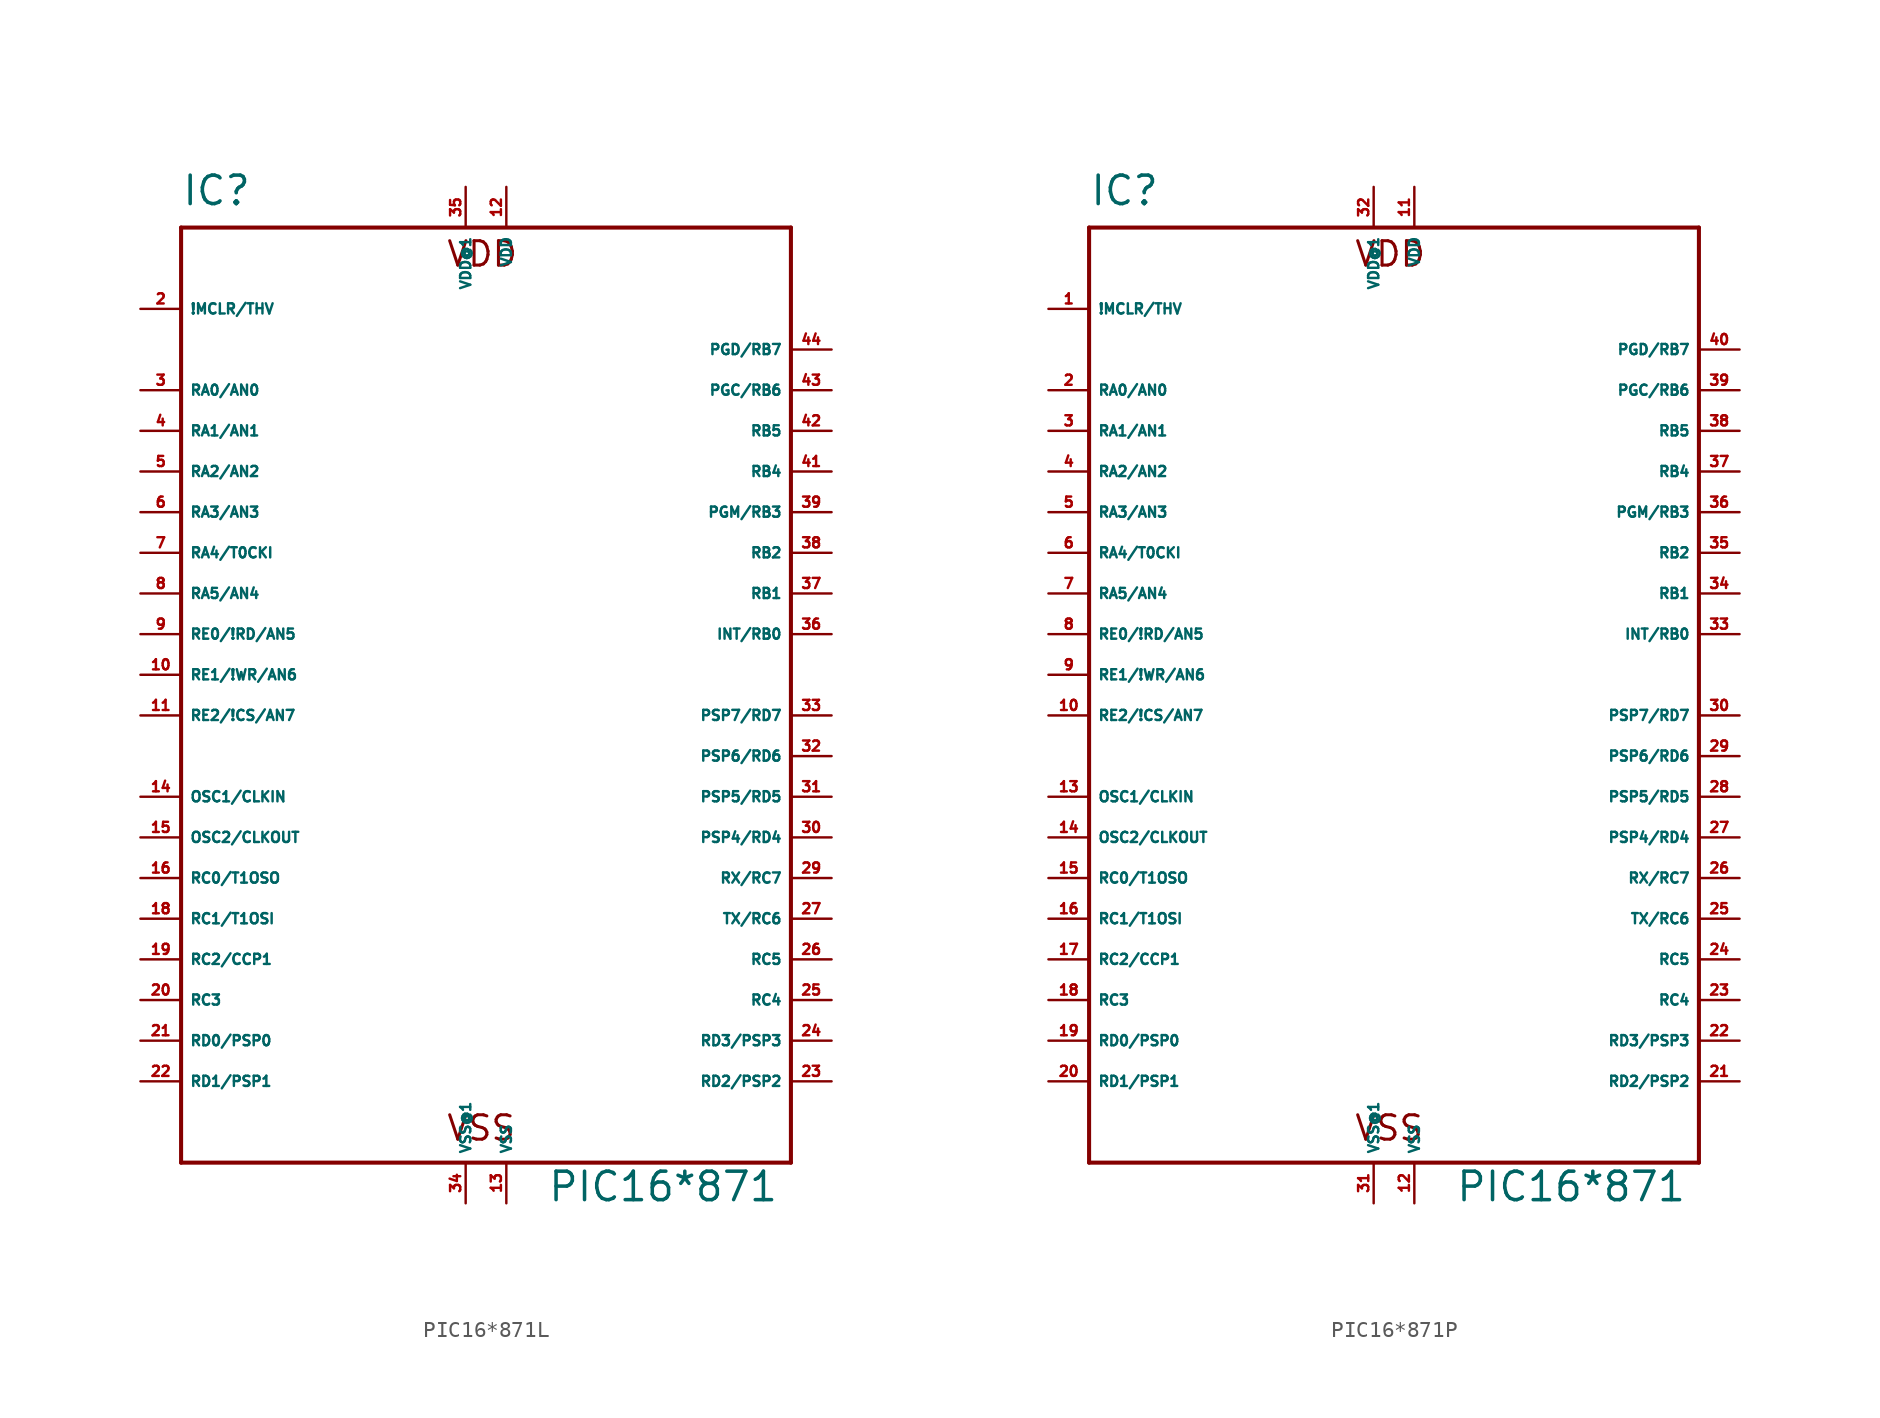
<source format=kicad_sym>
(kicad_symbol_lib
  (version 20220914)
  (generator Eagle2Kicad)
  (symbol "PIC16*871L"
    (property "Reference" "IC"
      (at -20.32 29.21 0)
      (effects (font (size 1.778 1.778) (thickness 0.22)) (justify left bottom)))
    (property "Value" "PIC16*871"
      (at 2.54 -33.02 0)
      (effects (font (size 1.778 1.778) (thickness 0.22)) (justify left bottom)))
    (polyline
      (pts (xy -20.32 27.94) (xy 17.78 27.94))
      (stroke (width 0.254) (type default))
      (fill (type none)))
    (polyline
      (pts (xy 17.78 27.94) (xy 17.78 -30.48))
      (stroke (width 0.254) (type default))
      (fill (type none)))
    (polyline
      (pts (xy 17.78 -30.48) (xy -20.32 -30.48))
      (stroke (width 0.254) (type default))
      (fill (type none)))
    (polyline
      (pts (xy -20.32 -30.48) (xy -20.32 27.94))
      (stroke (width 0.254) (type default))
      (fill (type none)))
    (text "VDD"
      (at -3.81 25.4 0)
      (effects (font (size 1.524 1.524) (thickness 0.19)) (justify left bottom)))
    (text "VSS"
      (at -3.81 -29.21 0)
      (effects (font (size 1.524 1.524) (thickness 0.19)) (justify left bottom)))
    (pin input line
      (at -22.86 22.86 0)
      (length 2.54)
      (name "!MCLR/THV" (effects (font (size 0.635 0.635) (thickness 0.08)) (justify left bottom)))
      (number "2" (effects (font (size 0.635 0.635) (thickness 0.08)) (justify left bottom))))
    (pin bidirectional line
      (at -22.86 17.78 0)
      (length 2.54)
      (name "RA0/AN0" (effects (font (size 0.635 0.635) (thickness 0.08)) (justify left bottom)))
      (number "3" (effects (font (size 0.635 0.635) (thickness 0.08)) (justify left bottom))))
    (pin bidirectional line
      (at -22.86 15.24 0)
      (length 2.54)
      (name "RA1/AN1" (effects (font (size 0.635 0.635) (thickness 0.08)) (justify left bottom)))
      (number "4" (effects (font (size 0.635 0.635) (thickness 0.08)) (justify left bottom))))
    (pin bidirectional line
      (at -22.86 12.7 0)
      (length 2.54)
      (name "RA2/AN2" (effects (font (size 0.635 0.635) (thickness 0.08)) (justify left bottom)))
      (number "5" (effects (font (size 0.635 0.635) (thickness 0.08)) (justify left bottom))))
    (pin bidirectional line
      (at -22.86 10.16 0)
      (length 2.54)
      (name "RA3/AN3" (effects (font (size 0.635 0.635) (thickness 0.08)) (justify left bottom)))
      (number "6" (effects (font (size 0.635 0.635) (thickness 0.08)) (justify left bottom))))
    (pin bidirectional line
      (at -22.86 7.62 0)
      (length 2.54)
      (name "RA4/T0CKI" (effects (font (size 0.635 0.635) (thickness 0.08)) (justify left bottom)))
      (number "7" (effects (font (size 0.635 0.635) (thickness 0.08)) (justify left bottom))))
    (pin bidirectional line
      (at -22.86 5.08 0)
      (length 2.54)
      (name "RA5/AN4" (effects (font (size 0.635 0.635) (thickness 0.08)) (justify left bottom)))
      (number "8" (effects (font (size 0.635 0.635) (thickness 0.08)) (justify left bottom))))
    (pin bidirectional line
      (at -22.86 2.54 0)
      (length 2.54)
      (name "RE0/!RD/AN5" (effects (font (size 0.635 0.635) (thickness 0.08)) (justify left bottom)))
      (number "9" (effects (font (size 0.635 0.635) (thickness 0.08)) (justify left bottom))))
    (pin bidirectional line
      (at -22.86 0 0)
      (length 2.54)
      (name "RE1/!WR/AN6" (effects (font (size 0.635 0.635) (thickness 0.08)) (justify left bottom)))
      (number "10" (effects (font (size 0.635 0.635) (thickness 0.08)) (justify left bottom))))
    (pin bidirectional line
      (at -22.86 -2.54 0)
      (length 2.54)
      (name "RE2/!CS/AN7" (effects (font (size 0.635 0.635) (thickness 0.08)) (justify left bottom)))
      (number "11" (effects (font (size 0.635 0.635) (thickness 0.08)) (justify left bottom))))
    (pin input line
      (at -22.86 -7.62 0)
      (length 2.54)
      (name "OSC1/CLKIN" (effects (font (size 0.635 0.635) (thickness 0.08)) (justify left bottom)))
      (number "14" (effects (font (size 0.635 0.635) (thickness 0.08)) (justify left bottom))))
    (pin output line
      (at -22.86 -10.16 0)
      (length 2.54)
      (name "OSC2/CLKOUT" (effects (font (size 0.635 0.635) (thickness 0.08)) (justify left bottom)))
      (number "15" (effects (font (size 0.635 0.635) (thickness 0.08)) (justify left bottom))))
    (pin bidirectional line
      (at -22.86 -12.7 0)
      (length 2.54)
      (name "RC0/T1OSO" (effects (font (size 0.635 0.635) (thickness 0.08)) (justify left bottom)))
      (number "16" (effects (font (size 0.635 0.635) (thickness 0.08)) (justify left bottom))))
    (pin bidirectional line
      (at -22.86 -15.24 0)
      (length 2.54)
      (name "RC1/T1OSI" (effects (font (size 0.635 0.635) (thickness 0.08)) (justify left bottom)))
      (number "18" (effects (font (size 0.635 0.635) (thickness 0.08)) (justify left bottom))))
    (pin bidirectional line
      (at -22.86 -17.78 0)
      (length 2.54)
      (name "RC2/CCP1" (effects (font (size 0.635 0.635) (thickness 0.08)) (justify left bottom)))
      (number "19" (effects (font (size 0.635 0.635) (thickness 0.08)) (justify left bottom))))
    (pin bidirectional line
      (at -22.86 -20.32 0)
      (length 2.54)
      (name "RC3" (effects (font (size 0.635 0.635) (thickness 0.08)) (justify left bottom)))
      (number "20" (effects (font (size 0.635 0.635) (thickness 0.08)) (justify left bottom))))
    (pin bidirectional line
      (at -22.86 -22.86 0)
      (length 2.54)
      (name "RD0/PSP0" (effects (font (size 0.635 0.635) (thickness 0.08)) (justify left bottom)))
      (number "21" (effects (font (size 0.635 0.635) (thickness 0.08)) (justify left bottom))))
    (pin bidirectional line
      (at -22.86 -25.4 0)
      (length 2.54)
      (name "RD1/PSP1" (effects (font (size 0.635 0.635) (thickness 0.08)) (justify left bottom)))
      (number "22" (effects (font (size 0.635 0.635) (thickness 0.08)) (justify left bottom))))
    (pin bidirectional line
      (at 20.32 -25.4 180)
      (length 2.54)
      (name "RD2/PSP2" (effects (font (size 0.635 0.635) (thickness 0.08)) (justify left bottom)))
      (number "23" (effects (font (size 0.635 0.635) (thickness 0.08)) (justify left bottom))))
    (pin bidirectional line
      (at 20.32 -22.86 180)
      (length 2.54)
      (name "RD3/PSP3" (effects (font (size 0.635 0.635) (thickness 0.08)) (justify left bottom)))
      (number "24" (effects (font (size 0.635 0.635) (thickness 0.08)) (justify left bottom))))
    (pin bidirectional line
      (at 20.32 -20.32 180)
      (length 2.54)
      (name "RC4" (effects (font (size 0.635 0.635) (thickness 0.08)) (justify left bottom)))
      (number "25" (effects (font (size 0.635 0.635) (thickness 0.08)) (justify left bottom))))
    (pin bidirectional line
      (at 20.32 -17.78 180)
      (length 2.54)
      (name "RC5" (effects (font (size 0.635 0.635) (thickness 0.08)) (justify left bottom)))
      (number "26" (effects (font (size 0.635 0.635) (thickness 0.08)) (justify left bottom))))
    (pin bidirectional line
      (at 20.32 -15.24 180)
      (length 2.54)
      (name "TX/RC6" (effects (font (size 0.635 0.635) (thickness 0.08)) (justify left bottom)))
      (number "27" (effects (font (size 0.635 0.635) (thickness 0.08)) (justify left bottom))))
    (pin bidirectional line
      (at 20.32 -12.7 180)
      (length 2.54)
      (name "RX/RC7" (effects (font (size 0.635 0.635) (thickness 0.08)) (justify left bottom)))
      (number "29" (effects (font (size 0.635 0.635) (thickness 0.08)) (justify left bottom))))
    (pin bidirectional line
      (at 20.32 -10.16 180)
      (length 2.54)
      (name "PSP4/RD4" (effects (font (size 0.635 0.635) (thickness 0.08)) (justify left bottom)))
      (number "30" (effects (font (size 0.635 0.635) (thickness 0.08)) (justify left bottom))))
    (pin bidirectional line
      (at 20.32 -7.62 180)
      (length 2.54)
      (name "PSP5/RD5" (effects (font (size 0.635 0.635) (thickness 0.08)) (justify left bottom)))
      (number "31" (effects (font (size 0.635 0.635) (thickness 0.08)) (justify left bottom))))
    (pin bidirectional line
      (at 20.32 -5.08 180)
      (length 2.54)
      (name "PSP6/RD6" (effects (font (size 0.635 0.635) (thickness 0.08)) (justify left bottom)))
      (number "32" (effects (font (size 0.635 0.635) (thickness 0.08)) (justify left bottom))))
    (pin bidirectional line
      (at 20.32 -2.54 180)
      (length 2.54)
      (name "PSP7/RD7" (effects (font (size 0.635 0.635) (thickness 0.08)) (justify left bottom)))
      (number "33" (effects (font (size 0.635 0.635) (thickness 0.08)) (justify left bottom))))
    (pin unspecified line
      (at 0 -33.02 90)
      (length 2.54)
      (name "VSS" (effects (font (size 0.635 0.635) (thickness 0.08)) (justify left bottom)))
      (number "13" (effects (font (size 0.635 0.635) (thickness 0.08)) (justify left bottom))))
    (pin unspecified line
      (at 0 30.48 270)
      (length 2.54)
      (name "VDD" (effects (font (size 0.635 0.635) (thickness 0.08)) (justify left bottom)))
      (number "12" (effects (font (size 0.635 0.635) (thickness 0.08)) (justify left bottom))))
    (pin bidirectional line
      (at 20.32 2.54 180)
      (length 2.54)
      (name "INT/RB0" (effects (font (size 0.635 0.635) (thickness 0.08)) (justify left bottom)))
      (number "36" (effects (font (size 0.635 0.635) (thickness 0.08)) (justify left bottom))))
    (pin bidirectional line
      (at 20.32 5.08 180)
      (length 2.54)
      (name "RB1" (effects (font (size 0.635 0.635) (thickness 0.08)) (justify left bottom)))
      (number "37" (effects (font (size 0.635 0.635) (thickness 0.08)) (justify left bottom))))
    (pin bidirectional line
      (at 20.32 7.62 180)
      (length 2.54)
      (name "RB2" (effects (font (size 0.635 0.635) (thickness 0.08)) (justify left bottom)))
      (number "38" (effects (font (size 0.635 0.635) (thickness 0.08)) (justify left bottom))))
    (pin bidirectional line
      (at 20.32 10.16 180)
      (length 2.54)
      (name "PGM/RB3" (effects (font (size 0.635 0.635) (thickness 0.08)) (justify left bottom)))
      (number "39" (effects (font (size 0.635 0.635) (thickness 0.08)) (justify left bottom))))
    (pin bidirectional line
      (at 20.32 12.7 180)
      (length 2.54)
      (name "RB4" (effects (font (size 0.635 0.635) (thickness 0.08)) (justify left bottom)))
      (number "41" (effects (font (size 0.635 0.635) (thickness 0.08)) (justify left bottom))))
    (pin bidirectional line
      (at 20.32 15.24 180)
      (length 2.54)
      (name "RB5" (effects (font (size 0.635 0.635) (thickness 0.08)) (justify left bottom)))
      (number "42" (effects (font (size 0.635 0.635) (thickness 0.08)) (justify left bottom))))
    (pin bidirectional line
      (at 20.32 17.78 180)
      (length 2.54)
      (name "PGC/RB6" (effects (font (size 0.635 0.635) (thickness 0.08)) (justify left bottom)))
      (number "43" (effects (font (size 0.635 0.635) (thickness 0.08)) (justify left bottom))))
    (pin bidirectional line
      (at 20.32 20.32 180)
      (length 2.54)
      (name "PGD/RB7" (effects (font (size 0.635 0.635) (thickness 0.08)) (justify left bottom)))
      (number "44" (effects (font (size 0.635 0.635) (thickness 0.08)) (justify left bottom))))
    (pin unspecified line
      (at -2.54 30.48 270)
      (length 2.54)
      (name "VDD@1" (effects (font (size 0.635 0.635) (thickness 0.08)) (justify left bottom)))
      (number "35" (effects (font (size 0.635 0.635) (thickness 0.08)) (justify left bottom))))
    (pin unspecified line
      (at -2.54 -33.02 90)
      (length 2.54)
      (name "VSS@1" (effects (font (size 0.635 0.635) (thickness 0.08)) (justify left bottom)))
      (number "34" (effects (font (size 0.635 0.635) (thickness 0.08)) (justify left bottom)))))
  (symbol "PIC16*871P"
    (property "Reference" "IC"
      (at -20.32 29.21 0)
      (effects (font (size 1.778 1.778) (thickness 0.22)) (justify left bottom)))
    (property "Value" "PIC16*871"
      (at 2.54 -33.02 0)
      (effects (font (size 1.778 1.778) (thickness 0.22)) (justify left bottom)))
    (polyline
      (pts (xy -20.32 27.94) (xy 17.78 27.94))
      (stroke (width 0.254) (type default))
      (fill (type none)))
    (polyline
      (pts (xy 17.78 27.94) (xy 17.78 -30.48))
      (stroke (width 0.254) (type default))
      (fill (type none)))
    (polyline
      (pts (xy 17.78 -30.48) (xy -20.32 -30.48))
      (stroke (width 0.254) (type default))
      (fill (type none)))
    (polyline
      (pts (xy -20.32 -30.48) (xy -20.32 27.94))
      (stroke (width 0.254) (type default))
      (fill (type none)))
    (text "VDD"
      (at -3.81 25.4 0)
      (effects (font (size 1.524 1.524) (thickness 0.19)) (justify left bottom)))
    (text "VSS"
      (at -3.81 -29.21 0)
      (effects (font (size 1.524 1.524) (thickness 0.19)) (justify left bottom)))
    (pin input line
      (at -22.86 22.86 0)
      (length 2.54)
      (name "!MCLR/THV" (effects (font (size 0.635 0.635) (thickness 0.08)) (justify left bottom)))
      (number "1" (effects (font (size 0.635 0.635) (thickness 0.08)) (justify left bottom))))
    (pin bidirectional line
      (at -22.86 17.78 0)
      (length 2.54)
      (name "RA0/AN0" (effects (font (size 0.635 0.635) (thickness 0.08)) (justify left bottom)))
      (number "2" (effects (font (size 0.635 0.635) (thickness 0.08)) (justify left bottom))))
    (pin bidirectional line
      (at -22.86 15.24 0)
      (length 2.54)
      (name "RA1/AN1" (effects (font (size 0.635 0.635) (thickness 0.08)) (justify left bottom)))
      (number "3" (effects (font (size 0.635 0.635) (thickness 0.08)) (justify left bottom))))
    (pin bidirectional line
      (at -22.86 12.7 0)
      (length 2.54)
      (name "RA2/AN2" (effects (font (size 0.635 0.635) (thickness 0.08)) (justify left bottom)))
      (number "4" (effects (font (size 0.635 0.635) (thickness 0.08)) (justify left bottom))))
    (pin bidirectional line
      (at -22.86 10.16 0)
      (length 2.54)
      (name "RA3/AN3" (effects (font (size 0.635 0.635) (thickness 0.08)) (justify left bottom)))
      (number "5" (effects (font (size 0.635 0.635) (thickness 0.08)) (justify left bottom))))
    (pin bidirectional line
      (at -22.86 7.62 0)
      (length 2.54)
      (name "RA4/T0CKI" (effects (font (size 0.635 0.635) (thickness 0.08)) (justify left bottom)))
      (number "6" (effects (font (size 0.635 0.635) (thickness 0.08)) (justify left bottom))))
    (pin bidirectional line
      (at -22.86 5.08 0)
      (length 2.54)
      (name "RA5/AN4" (effects (font (size 0.635 0.635) (thickness 0.08)) (justify left bottom)))
      (number "7" (effects (font (size 0.635 0.635) (thickness 0.08)) (justify left bottom))))
    (pin bidirectional line
      (at -22.86 2.54 0)
      (length 2.54)
      (name "RE0/!RD/AN5" (effects (font (size 0.635 0.635) (thickness 0.08)) (justify left bottom)))
      (number "8" (effects (font (size 0.635 0.635) (thickness 0.08)) (justify left bottom))))
    (pin bidirectional line
      (at -22.86 0 0)
      (length 2.54)
      (name "RE1/!WR/AN6" (effects (font (size 0.635 0.635) (thickness 0.08)) (justify left bottom)))
      (number "9" (effects (font (size 0.635 0.635) (thickness 0.08)) (justify left bottom))))
    (pin bidirectional line
      (at -22.86 -2.54 0)
      (length 2.54)
      (name "RE2/!CS/AN7" (effects (font (size 0.635 0.635) (thickness 0.08)) (justify left bottom)))
      (number "10" (effects (font (size 0.635 0.635) (thickness 0.08)) (justify left bottom))))
    (pin input line
      (at -22.86 -7.62 0)
      (length 2.54)
      (name "OSC1/CLKIN" (effects (font (size 0.635 0.635) (thickness 0.08)) (justify left bottom)))
      (number "13" (effects (font (size 0.635 0.635) (thickness 0.08)) (justify left bottom))))
    (pin output line
      (at -22.86 -10.16 0)
      (length 2.54)
      (name "OSC2/CLKOUT" (effects (font (size 0.635 0.635) (thickness 0.08)) (justify left bottom)))
      (number "14" (effects (font (size 0.635 0.635) (thickness 0.08)) (justify left bottom))))
    (pin bidirectional line
      (at -22.86 -12.7 0)
      (length 2.54)
      (name "RC0/T1OSO" (effects (font (size 0.635 0.635) (thickness 0.08)) (justify left bottom)))
      (number "15" (effects (font (size 0.635 0.635) (thickness 0.08)) (justify left bottom))))
    (pin bidirectional line
      (at -22.86 -15.24 0)
      (length 2.54)
      (name "RC1/T1OSI" (effects (font (size 0.635 0.635) (thickness 0.08)) (justify left bottom)))
      (number "16" (effects (font (size 0.635 0.635) (thickness 0.08)) (justify left bottom))))
    (pin bidirectional line
      (at -22.86 -17.78 0)
      (length 2.54)
      (name "RC2/CCP1" (effects (font (size 0.635 0.635) (thickness 0.08)) (justify left bottom)))
      (number "17" (effects (font (size 0.635 0.635) (thickness 0.08)) (justify left bottom))))
    (pin bidirectional line
      (at -22.86 -20.32 0)
      (length 2.54)
      (name "RC3" (effects (font (size 0.635 0.635) (thickness 0.08)) (justify left bottom)))
      (number "18" (effects (font (size 0.635 0.635) (thickness 0.08)) (justify left bottom))))
    (pin bidirectional line
      (at -22.86 -22.86 0)
      (length 2.54)
      (name "RD0/PSP0" (effects (font (size 0.635 0.635) (thickness 0.08)) (justify left bottom)))
      (number "19" (effects (font (size 0.635 0.635) (thickness 0.08)) (justify left bottom))))
    (pin bidirectional line
      (at -22.86 -25.4 0)
      (length 2.54)
      (name "RD1/PSP1" (effects (font (size 0.635 0.635) (thickness 0.08)) (justify left bottom)))
      (number "20" (effects (font (size 0.635 0.635) (thickness 0.08)) (justify left bottom))))
    (pin bidirectional line
      (at 20.32 -25.4 180)
      (length 2.54)
      (name "RD2/PSP2" (effects (font (size 0.635 0.635) (thickness 0.08)) (justify left bottom)))
      (number "21" (effects (font (size 0.635 0.635) (thickness 0.08)) (justify left bottom))))
    (pin bidirectional line
      (at 20.32 -22.86 180)
      (length 2.54)
      (name "RD3/PSP3" (effects (font (size 0.635 0.635) (thickness 0.08)) (justify left bottom)))
      (number "22" (effects (font (size 0.635 0.635) (thickness 0.08)) (justify left bottom))))
    (pin bidirectional line
      (at 20.32 -20.32 180)
      (length 2.54)
      (name "RC4" (effects (font (size 0.635 0.635) (thickness 0.08)) (justify left bottom)))
      (number "23" (effects (font (size 0.635 0.635) (thickness 0.08)) (justify left bottom))))
    (pin bidirectional line
      (at 20.32 -17.78 180)
      (length 2.54)
      (name "RC5" (effects (font (size 0.635 0.635) (thickness 0.08)) (justify left bottom)))
      (number "24" (effects (font (size 0.635 0.635) (thickness 0.08)) (justify left bottom))))
    (pin bidirectional line
      (at 20.32 -15.24 180)
      (length 2.54)
      (name "TX/RC6" (effects (font (size 0.635 0.635) (thickness 0.08)) (justify left bottom)))
      (number "25" (effects (font (size 0.635 0.635) (thickness 0.08)) (justify left bottom))))
    (pin bidirectional line
      (at 20.32 -12.7 180)
      (length 2.54)
      (name "RX/RC7" (effects (font (size 0.635 0.635) (thickness 0.08)) (justify left bottom)))
      (number "26" (effects (font (size 0.635 0.635) (thickness 0.08)) (justify left bottom))))
    (pin bidirectional line
      (at 20.32 -10.16 180)
      (length 2.54)
      (name "PSP4/RD4" (effects (font (size 0.635 0.635) (thickness 0.08)) (justify left bottom)))
      (number "27" (effects (font (size 0.635 0.635) (thickness 0.08)) (justify left bottom))))
    (pin bidirectional line
      (at 20.32 -7.62 180)
      (length 2.54)
      (name "PSP5/RD5" (effects (font (size 0.635 0.635) (thickness 0.08)) (justify left bottom)))
      (number "28" (effects (font (size 0.635 0.635) (thickness 0.08)) (justify left bottom))))
    (pin bidirectional line
      (at 20.32 -5.08 180)
      (length 2.54)
      (name "PSP6/RD6" (effects (font (size 0.635 0.635) (thickness 0.08)) (justify left bottom)))
      (number "29" (effects (font (size 0.635 0.635) (thickness 0.08)) (justify left bottom))))
    (pin bidirectional line
      (at 20.32 -2.54 180)
      (length 2.54)
      (name "PSP7/RD7" (effects (font (size 0.635 0.635) (thickness 0.08)) (justify left bottom)))
      (number "30" (effects (font (size 0.635 0.635) (thickness 0.08)) (justify left bottom))))
    (pin unspecified line
      (at 0 -33.02 90)
      (length 2.54)
      (name "VSS" (effects (font (size 0.635 0.635) (thickness 0.08)) (justify left bottom)))
      (number "12" (effects (font (size 0.635 0.635) (thickness 0.08)) (justify left bottom))))
    (pin unspecified line
      (at 0 30.48 270)
      (length 2.54)
      (name "VDD" (effects (font (size 0.635 0.635) (thickness 0.08)) (justify left bottom)))
      (number "11" (effects (font (size 0.635 0.635) (thickness 0.08)) (justify left bottom))))
    (pin bidirectional line
      (at 20.32 2.54 180)
      (length 2.54)
      (name "INT/RB0" (effects (font (size 0.635 0.635) (thickness 0.08)) (justify left bottom)))
      (number "33" (effects (font (size 0.635 0.635) (thickness 0.08)) (justify left bottom))))
    (pin bidirectional line
      (at 20.32 5.08 180)
      (length 2.54)
      (name "RB1" (effects (font (size 0.635 0.635) (thickness 0.08)) (justify left bottom)))
      (number "34" (effects (font (size 0.635 0.635) (thickness 0.08)) (justify left bottom))))
    (pin bidirectional line
      (at 20.32 7.62 180)
      (length 2.54)
      (name "RB2" (effects (font (size 0.635 0.635) (thickness 0.08)) (justify left bottom)))
      (number "35" (effects (font (size 0.635 0.635) (thickness 0.08)) (justify left bottom))))
    (pin bidirectional line
      (at 20.32 10.16 180)
      (length 2.54)
      (name "PGM/RB3" (effects (font (size 0.635 0.635) (thickness 0.08)) (justify left bottom)))
      (number "36" (effects (font (size 0.635 0.635) (thickness 0.08)) (justify left bottom))))
    (pin bidirectional line
      (at 20.32 12.7 180)
      (length 2.54)
      (name "RB4" (effects (font (size 0.635 0.635) (thickness 0.08)) (justify left bottom)))
      (number "37" (effects (font (size 0.635 0.635) (thickness 0.08)) (justify left bottom))))
    (pin bidirectional line
      (at 20.32 15.24 180)
      (length 2.54)
      (name "RB5" (effects (font (size 0.635 0.635) (thickness 0.08)) (justify left bottom)))
      (number "38" (effects (font (size 0.635 0.635) (thickness 0.08)) (justify left bottom))))
    (pin bidirectional line
      (at 20.32 17.78 180)
      (length 2.54)
      (name "PGC/RB6" (effects (font (size 0.635 0.635) (thickness 0.08)) (justify left bottom)))
      (number "39" (effects (font (size 0.635 0.635) (thickness 0.08)) (justify left bottom))))
    (pin bidirectional line
      (at 20.32 20.32 180)
      (length 2.54)
      (name "PGD/RB7" (effects (font (size 0.635 0.635) (thickness 0.08)) (justify left bottom)))
      (number "40" (effects (font (size 0.635 0.635) (thickness 0.08)) (justify left bottom))))
    (pin unspecified line
      (at -2.54 30.48 270)
      (length 2.54)
      (name "VDD@1" (effects (font (size 0.635 0.635) (thickness 0.08)) (justify left bottom)))
      (number "32" (effects (font (size 0.635 0.635) (thickness 0.08)) (justify left bottom))))
    (pin unspecified line
      (at -2.54 -33.02 90)
      (length 2.54)
      (name "VSS@1" (effects (font (size 0.635 0.635) (thickness 0.08)) (justify left bottom)))
      (number "31" (effects (font (size 0.635 0.635) (thickness 0.08)) (justify left bottom))))))
</source>
